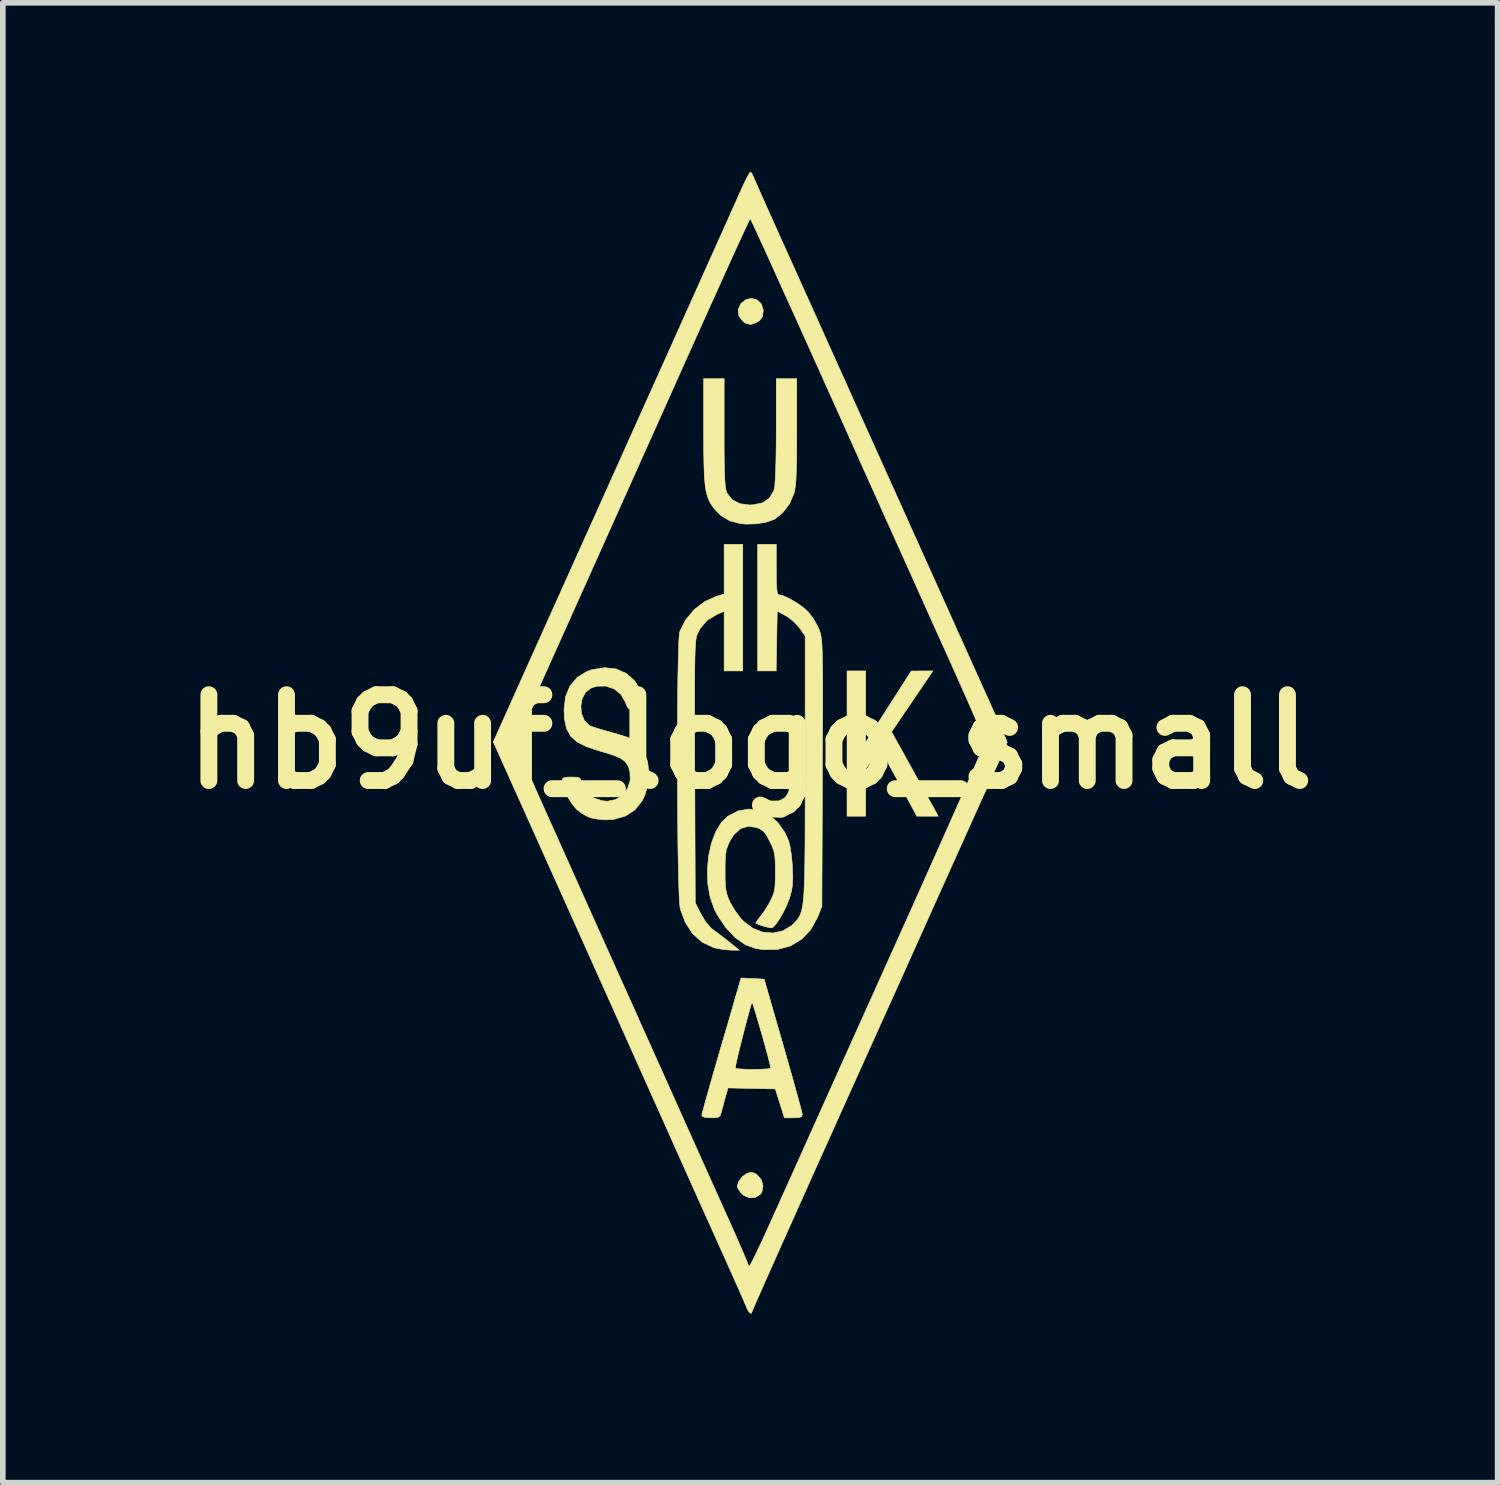
<source format=kicad_pcb>
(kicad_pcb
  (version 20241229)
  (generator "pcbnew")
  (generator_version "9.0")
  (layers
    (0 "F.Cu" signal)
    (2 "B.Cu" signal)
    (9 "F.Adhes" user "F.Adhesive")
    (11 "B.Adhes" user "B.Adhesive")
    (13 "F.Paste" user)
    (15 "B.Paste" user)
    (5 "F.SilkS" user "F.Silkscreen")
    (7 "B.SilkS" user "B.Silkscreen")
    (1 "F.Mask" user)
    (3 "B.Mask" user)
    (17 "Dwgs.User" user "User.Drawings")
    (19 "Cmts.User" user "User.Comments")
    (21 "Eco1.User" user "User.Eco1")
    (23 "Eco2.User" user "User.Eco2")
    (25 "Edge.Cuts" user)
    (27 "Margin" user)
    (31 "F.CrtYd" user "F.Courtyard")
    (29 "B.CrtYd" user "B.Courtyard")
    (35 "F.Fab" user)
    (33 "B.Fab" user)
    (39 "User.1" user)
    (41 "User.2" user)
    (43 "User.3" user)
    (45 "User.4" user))
  (footprint "hb9uf_logo_small"
    (layer "F.Cu")
    (at 10.276 10.125)
    (property "Reference" "hb9uf_logo_small" (at 0 0 0) (layer "F.SilkS") (effects (font (size 1.524 1.524) (thickness 0.3))))
    (attr through_hole)
    (fp_poly (pts (xy 0.123 -7.847) (xy 0.196 -7.779) (xy 0.23 -7.674) (xy 0.231 -7.654) (xy 0.218 -7.55) (xy 0.168 -7.483) (xy 0.11 -7.446) (xy 0.008 -7.411) (xy -0.078 -7.431) (xy -0.127 -7.466) (xy -0.202 -7.565) (xy -0.215 -7.674) (xy -0.165 -7.782) (xy -0.074 -7.854) (xy 0.027 -7.875) (xy 0.123 -7.847)) (stroke (width 0.01) (type solid)) (fill yes) (layer "F.SilkS"))
    (fp_poly (pts (xy 0.08 7.665) (xy 0.126 7.696) (xy 0.199 7.784) (xy 0.228 7.892) (xy 0.208 7.997) (xy 0.179 8.04) (xy 0.089 8.095) (xy -0.018 8.1) (xy -0.12 8.057) (xy -0.163 8.016) (xy -0.21 7.949) (xy -0.231 7.903) (xy -0.232 7.902) (xy -0.205 7.812) (xy -0.138 7.724) (xy -0.06 7.67) (xy 0.017 7.648) (xy 0.08 7.665)) (stroke (width 0.01) (type solid)) (fill yes) (layer "F.SilkS"))
    (fp_poly (pts (xy 2.051 0.01) (xy 2.456 -0.623) (xy 2.861 -1.256) (xy 3.245 -1.257) (xy 2.878 -0.716) (xy 2.511 -0.175) (xy 2.83 0.4) (xy 2.935 0.59) (xy 3.036 0.773) (xy 3.126 0.935) (xy 3.198 1.065) (xy 3.245 1.149) (xy 3.245 1.149) (xy 3.341 1.323) (xy 2.96 1.323) (xy 2.715 0.868) (xy 2.623 0.698) (xy 2.535 0.537) (xy 2.46 0.399) (xy 2.404 0.299) (xy 2.388 0.271) (xy 2.307 0.129) (xy 2.18 0.304) (xy 2.053 0.48) (xy 2.052 0.901) (xy 2.051 1.323) (xy 1.72 1.323) (xy 1.72 -1.257) (xy 2.051 -1.257) (xy 2.051 0.01)) (stroke (width 0.01) (type solid)) (fill yes) (layer "F.SilkS"))
    (fp_poly (pts (xy -0.463 -5.487) (xy -0.463 -5.199) (xy -0.461 -4.971) (xy -0.457 -4.793) (xy -0.452 -4.658) (xy -0.444 -4.559) (xy -0.434 -4.488) (xy -0.42 -4.438) (xy -0.411 -4.415) (xy -0.321 -4.299) (xy -0.186 -4.228) (xy -0.011 -4.205) (xy 0.054 -4.208) (xy 0.221 -4.244) (xy 0.34 -4.325) (xy 0.417 -4.454) (xy 0.43 -4.495) (xy 0.438 -4.559) (xy 0.446 -4.679) (xy 0.453 -4.846) (xy 0.458 -5.049) (xy 0.462 -5.278) (xy 0.463 -5.525) (xy 0.463 -5.531) (xy 0.463 -6.449) (xy 0.827 -6.449) (xy 0.827 -5.513) (xy 0.826 -5.219) (xy 0.824 -4.984) (xy 0.819 -4.798) (xy 0.813 -4.655) (xy 0.803 -4.546) (xy 0.79 -4.463) (xy 0.776 -4.404) (xy 0.697 -4.227) (xy 0.581 -4.072) (xy 0.442 -3.959) (xy 0.42 -3.947) (xy 0.282 -3.899) (xy 0.109 -3.87) (xy -0.072 -3.865) (xy -0.169 -3.873) (xy -0.364 -3.924) (xy -0.521 -4.018) (xy -0.626 -4.125) (xy -0.681 -4.196) (xy -0.724 -4.268) (xy -0.758 -4.349) (xy -0.784 -4.447) (xy -0.802 -4.571) (xy -0.815 -4.729) (xy -0.822 -4.927) (xy -0.826 -5.175) (xy -0.827 -5.48) (xy -0.827 -5.513) (xy -0.827 -6.449) (xy -0.463 -6.449) (xy -0.463 -5.487)) (stroke (width 0.01) (type solid)) (fill yes) (layer "F.SilkS"))
    (fp_poly (pts (xy -0.132 -1.257) (xy -0.463 -1.257) (xy -0.463 -2.316) (xy -0.587 -2.264) (xy -0.763 -2.158) (xy -0.892 -2.008) (xy -0.943 -1.904) (xy -0.953 -1.872) (xy -0.962 -1.827) (xy -0.969 -1.766) (xy -0.975 -1.684) (xy -0.98 -1.576) (xy -0.983 -1.437) (xy -0.986 -1.263) (xy -0.988 -1.049) (xy -0.988 -0.79) (xy -0.988 -0.481) (xy -0.987 -0.118) (xy -0.986 0.304) (xy -0.985 0.546) (xy -0.976 2.861) (xy -0.876 3.059) (xy -0.786 3.208) (xy -0.686 3.319) (xy -0.658 3.34) (xy -0.567 3.407) (xy -0.454 3.494) (xy -0.366 3.564) (xy -0.192 3.704) (xy -0.353 3.702) (xy -0.486 3.69) (xy -0.622 3.665) (xy -0.654 3.656) (xy -0.857 3.559) (xy -1.026 3.407) (xy -1.156 3.204) (xy -1.243 2.969) (xy -1.252 2.902) (xy -1.26 2.777) (xy -1.267 2.599) (xy -1.273 2.377) (xy -1.279 2.115) (xy -1.284 1.821) (xy -1.287 1.502) (xy -1.29 1.163) (xy -1.292 0.813) (xy -1.293 0.457) (xy -1.293 0.101) (xy -1.292 -0.246) (xy -1.291 -0.58) (xy -1.288 -0.892) (xy -1.284 -1.177) (xy -1.279 -1.428) (xy -1.273 -1.639) (xy -1.267 -1.801) (xy -1.259 -1.91) (xy -1.252 -1.955) (xy -1.147 -2.164) (xy -0.993 -2.348) (xy -0.802 -2.493) (xy -0.603 -2.581) (xy -0.463 -2.623) (xy -0.463 -3.506) (xy -0.132 -3.506) (xy -0.132 -1.257)) (stroke (width 0.01) (type solid)) (fill yes) (layer "F.SilkS"))
    (fp_poly (pts (xy 0.043 4.207) (xy 0.248 4.217) (xy 0.586 5.391) (xy 0.663 5.66) (xy 0.734 5.91) (xy 0.797 6.135) (xy 0.849 6.325) (xy 0.89 6.475) (xy 0.916 6.577) (xy 0.925 6.622) (xy 0.925 6.623) (xy 0.914 6.659) (xy 0.867 6.676) (xy 0.771 6.681) (xy 0.767 6.681) (xy 0.607 6.681) (xy 0.527 6.424) (xy 0.446 6.168) (xy 0.026 6.159) (xy -0.394 6.15) (xy -0.444 6.324) (xy -0.476 6.442) (xy -0.504 6.548) (xy -0.515 6.59) (xy -0.534 6.644) (xy -0.57 6.671) (xy -0.642 6.68) (xy -0.698 6.681) (xy -0.805 6.674) (xy -0.855 6.652) (xy -0.86 6.636) (xy -0.851 6.594) (xy -0.825 6.497) (xy -0.786 6.353) (xy -0.734 6.169) (xy -0.673 5.953) (xy -0.627 5.796) (xy -0.265 5.796) (xy -0.234 5.807) (xy -0.152 5.815) (xy -0.032 5.82) (xy 0.05 5.821) (xy 0.185 5.818) (xy 0.291 5.812) (xy 0.354 5.802) (xy 0.364 5.796) (xy 0.356 5.752) (xy 0.333 5.659) (xy 0.299 5.53) (xy 0.257 5.377) (xy 0.211 5.212) (xy 0.163 5.047) (xy 0.118 4.894) (xy 0.08 4.766) (xy 0.05 4.674) (xy 0.034 4.632) (xy 0.032 4.63) (xy 0.02 4.66) (xy -0.004 4.742) (xy -0.037 4.864) (xy -0.077 5.013) (xy -0.12 5.177) (xy -0.162 5.344) (xy -0.201 5.501) (xy -0.233 5.637) (xy -0.255 5.738) (xy -0.265 5.792) (xy -0.265 5.796) (xy -0.627 5.796) (xy -0.604 5.714) (xy -0.567 5.586) (xy -0.492 5.329) (xy -0.42 5.085) (xy -0.355 4.861) (xy -0.299 4.668) (xy -0.255 4.516) (xy -0.225 4.414) (xy -0.218 4.389) (xy -0.163 4.197) (xy 0.043 4.207)) (stroke (width 0.01) (type solid)) (fill yes) (layer "F.SilkS"))
    (fp_poly (pts (xy -2.38 -1.292) (xy -2.199 -1.212) (xy -2.05 -1.078) (xy -1.939 -0.895) (xy -1.873 -0.67) (xy -1.854 -0.562) (xy -2.011 -0.562) (xy -2.107 -0.565) (xy -2.16 -0.585) (xy -2.193 -0.636) (xy -2.217 -0.702) (xy -2.297 -0.841) (xy -2.419 -0.939) (xy -2.567 -0.989) (xy -2.727 -0.985) (xy -2.829 -0.953) (xy -2.925 -0.877) (xy -2.985 -0.764) (xy -3.008 -0.632) (xy -2.996 -0.498) (xy -2.947 -0.379) (xy -2.863 -0.293) (xy -2.821 -0.271) (xy -2.745 -0.246) (xy -2.628 -0.211) (xy -2.492 -0.173) (xy -2.465 -0.165) (xy -2.327 -0.126) (xy -2.201 -0.086) (xy -2.112 -0.052) (xy -2.101 -0.048) (xy -1.974 0.048) (xy -1.88 0.189) (xy -1.821 0.363) (xy -1.799 0.557) (xy -1.815 0.759) (xy -1.873 0.955) (xy -1.92 1.051) (xy -2.048 1.211) (xy -2.217 1.321) (xy -2.423 1.379) (xy -2.561 1.388) (xy -2.693 1.378) (xy -2.816 1.356) (xy -2.877 1.336) (xy -2.983 1.277) (xy -3.083 1.202) (xy -3.088 1.197) (xy -3.164 1.107) (xy -3.238 0.985) (xy -3.299 0.857) (xy -3.335 0.745) (xy -3.34 0.703) (xy -3.334 0.658) (xy -3.302 0.636) (xy -3.23 0.629) (xy -3.175 0.628) (xy -3.077 0.631) (xy -3.028 0.645) (xy -3.011 0.678) (xy -3.01 0.707) (xy -2.979 0.818) (xy -2.897 0.919) (xy -2.777 0.999) (xy -2.634 1.048) (xy -2.536 1.058) (xy -2.389 1.028) (xy -2.266 0.947) (xy -2.177 0.828) (xy -2.131 0.684) (xy -2.137 0.528) (xy -2.145 0.499) (xy -2.177 0.416) (xy -2.226 0.351) (xy -2.301 0.296) (xy -2.413 0.246) (xy -2.574 0.194) (xy -2.686 0.162) (xy -2.91 0.088) (xy -3.076 0.004) (xy -3.191 -0.1) (xy -3.263 -0.232) (xy -3.299 -0.401) (xy -3.307 -0.572) (xy -3.28 -0.799) (xy -3.201 -0.991) (xy -3.072 -1.143) (xy -2.899 -1.249) (xy -2.817 -1.278) (xy -2.588 -1.315) (xy -2.38 -1.292)) (stroke (width 0.01) (type solid)) (fill yes) (layer "F.SilkS"))
    (fp_poly (pts (xy 0.463 -3.059) (xy 0.465 -2.868) (xy 0.47 -2.735) (xy 0.48 -2.654) (xy 0.495 -2.617) (xy 0.504 -2.612) (xy 0.587 -2.592) (xy 0.701 -2.54) (xy 0.826 -2.467) (xy 0.942 -2.385) (xy 1.021 -2.315) (xy 1.118 -2.192) (xy 1.201 -2.046) (xy 1.223 -1.994) (xy 1.236 -1.958) (xy 1.248 -1.921) (xy 1.257 -1.878) (xy 1.265 -1.824) (xy 1.272 -1.754) (xy 1.277 -1.665) (xy 1.281 -1.55) (xy 1.284 -1.405) (xy 1.286 -1.225) (xy 1.287 -1.005) (xy 1.287 -0.74) (xy 1.286 -0.425) (xy 1.285 -0.057) (xy 1.283 0.372) (xy 1.283 0.558) (xy 1.273 2.927) (xy 1.197 3.117) (xy 1.076 3.339) (xy 0.914 3.509) (xy 0.717 3.627) (xy 0.488 3.689) (xy 0.231 3.693) (xy 0.096 3.673) (xy -0.085 3.607) (xy -0.263 3.482) (xy -0.429 3.308) (xy -0.575 3.093) (xy -0.635 2.979) (xy -0.711 2.767) (xy -0.753 2.53) (xy -0.761 2.282) (xy -0.74 2.035) (xy -0.689 1.802) (xy -0.61 1.595) (xy -0.507 1.427) (xy -0.402 1.326) (xy -0.217 1.23) (xy -0.028 1.196) (xy 0.158 1.221) (xy 0.332 1.3) (xy 0.487 1.432) (xy 0.615 1.612) (xy 0.684 1.765) (xy 0.707 1.859) (xy 0.729 1.996) (xy 0.745 2.153) (xy 0.75 2.232) (xy 0.756 2.406) (xy 0.751 2.538) (xy 0.734 2.651) (xy 0.702 2.768) (xy 0.7 2.774) (xy 0.653 2.897) (xy 0.591 3.025) (xy 0.523 3.144) (xy 0.458 3.24) (xy 0.403 3.297) (xy 0.38 3.307) (xy 0.321 3.298) (xy 0.239 3.277) (xy 0.16 3.251) (xy 0.108 3.228) (xy 0.099 3.22) (xy 0.119 3.185) (xy 0.167 3.121) (xy 0.184 3.101) (xy 0.249 3.012) (xy 0.321 2.897) (xy 0.357 2.831) (xy 0.398 2.747) (xy 0.424 2.67) (xy 0.439 2.581) (xy 0.445 2.461) (xy 0.446 2.315) (xy 0.445 2.153) (xy 0.438 2.038) (xy 0.422 1.949) (xy 0.393 1.866) (xy 0.348 1.77) (xy 0.347 1.769) (xy 0.286 1.656) (xy 0.231 1.587) (xy 0.166 1.545) (xy 0.113 1.524) (xy -0.037 1.502) (xy -0.171 1.544) (xy -0.288 1.648) (xy -0.364 1.769) (xy -0.401 1.852) (xy -0.426 1.931) (xy -0.439 2.024) (xy -0.445 2.149) (xy -0.446 2.299) (xy -0.445 2.467) (xy -0.438 2.588) (xy -0.422 2.682) (xy -0.395 2.765) (xy -0.358 2.851) (xy -0.281 2.985) (xy -0.182 3.121) (xy -0.123 3.186) (xy 0.041 3.311) (xy 0.22 3.382) (xy 0.404 3.398) (xy 0.579 3.36) (xy 0.736 3.266) (xy 0.78 3.224) (xy 0.816 3.185) (xy 0.847 3.147) (xy 0.874 3.105) (xy 0.897 3.055) (xy 0.916 2.991) (xy 0.932 2.909) (xy 0.945 2.805) (xy 0.955 2.673) (xy 0.962 2.509) (xy 0.968 2.309) (xy 0.971 2.067) (xy 0.974 1.779) (xy 0.975 1.441) (xy 0.976 1.046) (xy 0.976 0.592) (xy 0.976 -1.879) (xy 0.876 -2.02) (xy 0.784 -2.123) (xy 0.67 -2.215) (xy 0.628 -2.24) (xy 0.48 -2.318) (xy 0.47 -1.788) (xy 0.461 -1.257) (xy 0.132 -1.257) (xy 0.132 -3.506) (xy 0.463 -3.506) (xy 0.463 -3.059)) (stroke (width 0.01) (type solid)) (fill yes) (layer "F.SilkS"))
    (fp_poly (pts (xy 0.03 -10.093) (xy 0.06 -10.029) (xy 0.082 -9.977) (xy 0.128 -9.873) (xy 0.193 -9.725) (xy 0.275 -9.541) (xy 0.369 -9.331) (xy 0.472 -9.101) (xy 0.512 -9.012) (xy 0.633 -8.744) (xy 0.774 -8.433) (xy 0.926 -8.094) (xy 1.084 -7.745) (xy 1.238 -7.402) (xy 1.381 -7.083) (xy 1.428 -6.978) (xy 1.563 -6.678) (xy 1.709 -6.354) (xy 1.857 -6.024) (xy 2.003 -5.701) (xy 2.138 -5.401) (xy 2.255 -5.14) (xy 2.299 -5.044) (xy 2.387 -4.848) (xy 2.498 -4.601) (xy 2.628 -4.314) (xy 2.771 -3.995) (xy 2.924 -3.654) (xy 3.083 -3.302) (xy 3.243 -2.947) (xy 3.399 -2.599) (xy 3.422 -2.547) (xy 3.57 -2.218) (xy 3.715 -1.895) (xy 3.855 -1.585) (xy 3.986 -1.294) (xy 4.104 -1.031) (xy 4.207 -0.803) (xy 4.29 -0.618) (xy 4.351 -0.482) (xy 4.368 -0.444) (xy 4.438 -0.289) (xy 4.497 -0.155) (xy 4.54 -0.054) (xy 4.562 0.002) (xy 4.564 0.009) (xy 4.551 0.046) (xy 4.516 0.13) (xy 4.464 0.249) (xy 4.401 0.387) (xy 4.358 0.482) (xy 4.29 0.631) (xy 4.202 0.828) (xy 4.095 1.064) (xy 3.973 1.335) (xy 3.839 1.634) (xy 3.695 1.953) (xy 3.545 2.287) (xy 3.406 2.596) (xy 3.248 2.947) (xy 3.091 3.298) (xy 2.937 3.64) (xy 2.791 3.965) (xy 2.655 4.268) (xy 2.533 4.539) (xy 2.429 4.77) (xy 2.345 4.955) (xy 2.298 5.06) (xy 2.072 5.562) (xy 1.849 6.056) (xy 1.632 6.538) (xy 1.422 7.006) (xy 1.22 7.454) (xy 1.029 7.881) (xy 0.85 8.281) (xy 0.684 8.652) (xy 0.533 8.989) (xy 0.399 9.29) (xy 0.283 9.55) (xy 0.188 9.767) (xy 0.113 9.935) (xy 0.062 10.053) (xy 0.036 10.115) (xy 0.033 10.125) (xy 0.019 10.156) (xy -0.013 10.14) (xy -0.049 10.087) (xy -0.059 10.062) (xy -0.08 10.011) (xy -0.125 9.907) (xy -0.19 9.759) (xy -0.272 9.574) (xy -0.368 9.36) (xy -0.473 9.124) (xy -0.546 8.963) (xy -0.67 8.685) (xy -0.801 8.395) (xy -0.931 8.106) (xy -1.054 7.832) (xy -1.164 7.587) (xy -1.254 7.385) (xy -1.273 7.342) (xy -1.335 7.203) (xy -1.422 7.01) (xy -1.53 6.767) (xy -1.658 6.482) (xy -1.803 6.159) (xy -1.962 5.804) (xy -2.132 5.424) (xy -2.311 5.023) (xy -2.497 4.608) (xy -2.687 4.185) (xy -2.878 3.758) (xy -3.068 3.335) (xy -3.254 2.92) (xy -3.434 2.519) (xy -3.605 2.139) (xy -3.764 1.784) (xy -3.909 1.461) (xy -4.037 1.176) (xy -4.146 0.933) (xy -4.233 0.74) (xy -4.286 0.622) (xy -4.561 0.009) (xy -4.167 0.009) (xy -4.154 0.047) (xy -4.116 0.139) (xy -4.057 0.279) (xy -3.978 0.46) (xy -3.883 0.677) (xy -3.775 0.923) (xy -3.655 1.192) (xy -3.552 1.423) (xy -3.404 1.752) (xy -3.247 2.102) (xy -3.087 2.46) (xy -2.929 2.813) (xy -2.779 3.147) (xy -2.643 3.45) (xy -2.527 3.709) (xy -2.507 3.754) (xy -2.284 4.251) (xy -2.085 4.693) (xy -1.91 5.084) (xy -1.755 5.43) (xy -1.618 5.736) (xy -1.496 6.006) (xy -1.389 6.246) (xy -1.293 6.461) (xy -1.206 6.655) (xy -1.126 6.834) (xy -1.083 6.929) (xy -0.994 7.127) (xy -0.885 7.37) (xy -0.764 7.64) (xy -0.637 7.922) (xy -0.512 8.199) (xy -0.425 8.394) (xy -0.324 8.618) (xy -0.234 8.823) (xy -0.156 9.002) (xy -0.094 9.146) (xy -0.052 9.247) (xy -0.034 9.298) (xy -0.033 9.301) (xy -0.03 9.32) (xy -0.019 9.318) (xy 0.002 9.29) (xy 0.034 9.231) (xy 0.081 9.139) (xy 0.143 9.008) (xy 0.224 8.835) (xy 0.325 8.615) (xy 0.447 8.344) (xy 0.594 8.017) (xy 0.63 7.938) (xy 0.729 7.717) (xy 0.853 7.442) (xy 0.997 7.12) (xy 1.161 6.756) (xy 1.34 6.357) (xy 1.532 5.93) (xy 1.735 5.479) (xy 1.944 5.013) (xy 2.159 4.537) (xy 2.374 4.057) (xy 2.589 3.579) (xy 2.704 3.324) (xy 2.902 2.884) (xy 3.091 2.46) (xy 3.271 2.057) (xy 3.44 1.679) (xy 3.596 1.328) (xy 3.737 1.01) (xy 3.861 0.728) (xy 3.967 0.487) (xy 4.053 0.289) (xy 4.117 0.14) (xy 4.158 0.042) (xy 4.173 0.001) (xy 4.173 0) (xy 4.159 -0.039) (xy 4.121 -0.132) (xy 4.06 -0.274) (xy 3.979 -0.459) (xy 3.882 -0.682) (xy 3.769 -0.935) (xy 3.645 -1.215) (xy 3.51 -1.514) (xy 3.448 -1.654) (xy 3.325 -1.925) (xy 3.179 -2.25) (xy 3.013 -2.619) (xy 2.83 -3.027) (xy 2.633 -3.465) (xy 2.425 -3.926) (xy 2.211 -4.403) (xy 1.993 -4.888) (xy 1.776 -5.373) (xy 1.561 -5.852) (xy 1.371 -6.275) (xy 1.182 -6.696) (xy 1 -7.099) (xy 0.828 -7.482) (xy 0.666 -7.838) (xy 0.518 -8.165) (xy 0.385 -8.459) (xy 0.269 -8.715) (xy 0.171 -8.929) (xy 0.093 -9.097) (xy 0.038 -9.216) (xy 0.006 -9.28) (xy 0 -9.292) (xy -0.016 -9.262) (xy -0.056 -9.177) (xy -0.12 -9.041) (xy -0.204 -8.858) (xy -0.307 -8.633) (xy -0.426 -8.371) (xy -0.559 -8.076) (xy -0.705 -7.753) (xy -0.861 -7.406) (xy -1.025 -7.04) (xy -1.057 -6.969) (xy -1.293 -6.442) (xy -1.506 -5.966) (xy -1.7 -5.532) (xy -1.88 -5.132) (xy -2.048 -4.757) (xy -2.209 -4.397) (xy -2.367 -4.045) (xy -2.526 -3.69) (xy -2.69 -3.324) (xy -2.863 -2.939) (xy -3.049 -2.525) (xy -3.251 -2.073) (xy -3.475 -1.574) (xy -3.518 -1.479) (xy -3.648 -1.189) (xy -3.769 -0.916) (xy -3.879 -0.667) (xy -3.975 -0.448) (xy -4.055 -0.264) (xy -4.115 -0.123) (xy -4.153 -0.03) (xy -4.167 0.009) (xy -4.167 0.009) (xy -4.561 0.009) (xy -4.564 0.004) (xy -3.884 -1.511) (xy -3.739 -1.834) (xy -3.593 -2.16) (xy -3.449 -2.479) (xy -3.313 -2.782) (xy -3.188 -3.061) (xy -3.078 -3.306) (xy -2.987 -3.507) (xy -2.928 -3.638) (xy -2.839 -3.836) (xy -2.731 -4.076) (xy -2.606 -4.354) (xy -2.467 -4.665) (xy -2.315 -5.002) (xy -2.154 -5.362) (xy -1.985 -5.738) (xy -1.811 -6.125) (xy -1.634 -6.518) (xy -1.457 -6.912) (xy -1.283 -7.302) (xy -1.112 -7.682) (xy -0.948 -8.047) (xy -0.794 -8.391) (xy -0.651 -8.71) (xy -0.521 -8.999) (xy -0.408 -9.251) (xy -0.314 -9.462) (xy -0.24 -9.627) (xy -0.19 -9.74) (xy -0.171 -9.781) (xy -0.109 -9.917) (xy -0.055 -10.026) (xy -0.015 -10.098) (xy 0.003 -10.12) (xy 0.03 -10.093)) (stroke (width 0.01) (type solid)) (fill yes) (layer "F.SilkS")))
  (gr_rect
    (start -3 -3)
    (end 23.552 23.286)
    (stroke (width 0.1) (type default))
    (fill no)
    (layer "Edge.Cuts")))
</source>
